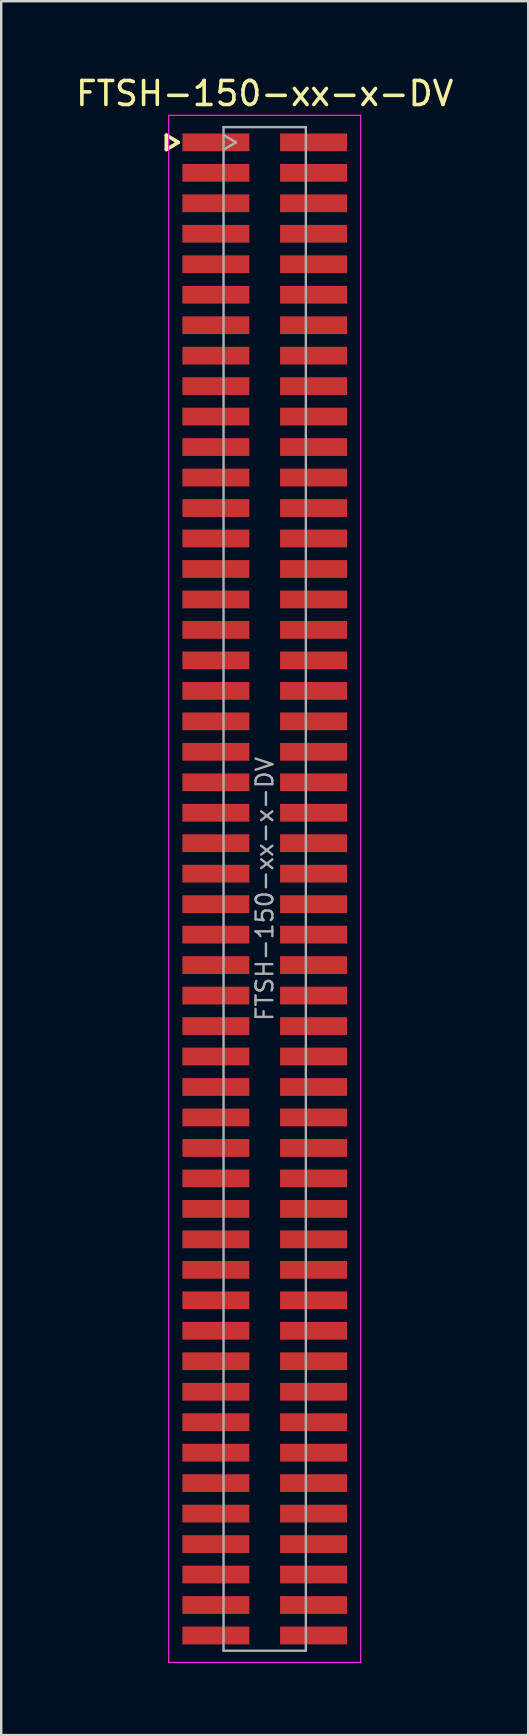
<source format=kicad_pcb>
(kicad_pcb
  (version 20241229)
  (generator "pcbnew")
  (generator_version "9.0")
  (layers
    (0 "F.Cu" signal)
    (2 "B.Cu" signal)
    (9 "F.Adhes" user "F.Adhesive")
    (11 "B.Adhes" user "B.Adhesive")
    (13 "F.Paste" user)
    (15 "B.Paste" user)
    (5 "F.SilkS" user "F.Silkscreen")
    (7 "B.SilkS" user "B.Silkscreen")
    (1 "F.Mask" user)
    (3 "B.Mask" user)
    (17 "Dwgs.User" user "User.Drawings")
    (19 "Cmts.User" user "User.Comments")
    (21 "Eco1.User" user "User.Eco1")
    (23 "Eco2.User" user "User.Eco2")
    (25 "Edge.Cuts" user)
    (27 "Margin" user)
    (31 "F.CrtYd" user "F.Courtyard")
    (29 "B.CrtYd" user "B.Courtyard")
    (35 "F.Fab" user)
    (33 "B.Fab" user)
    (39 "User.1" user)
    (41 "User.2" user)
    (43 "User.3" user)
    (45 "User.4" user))
  (footprint "FTSH-150-xx-x-DV"
    (layer "F.Cu")
    (at 7.982 33.998)
    (property "Reference" "FTSH-150-xx-x-DV" (at 0 -33.15 0) (layer "F.SilkS") (effects (font (size 1 1) (thickness 0.15))))
    (attr smd)
    (fp_line (start -4.1 -31.415) (end -4.1 -30.815) (stroke (width 0.15) (type solid)) (layer "F.SilkS"))
    (fp_line (start -4.1 -30.815) (end -3.6 -31.115) (stroke (width 0.15) (type solid)) (layer "F.SilkS"))
    (fp_line (start -3.6 -31.115) (end -4.1 -31.415) (stroke (width 0.15) (type solid)) (layer "F.SilkS"))
    (fp_line (start -4 -32.24) (end 4 -32.24) (stroke (width 0.05) (type solid)) (layer "F.CrtYd"))
    (fp_line (start -4 32.24) (end -4 -32.24) (stroke (width 0.05) (type solid)) (layer "F.CrtYd"))
    (fp_line (start 4 -32.24) (end 4 32.24) (stroke (width 0.05) (type solid)) (layer "F.CrtYd"))
    (fp_line (start 4 32.24) (end -4 32.24) (stroke (width 0.05) (type solid)) (layer "F.CrtYd"))
    (fp_line (start -1.715 -31.75) (end -1.715 31.75) (stroke (width 0.1) (type solid)) (layer "F.Fab"))
    (fp_line (start -1.715 -31.75) (end 1.715 -31.75) (stroke (width 0.1) (type solid)) (layer "F.Fab"))
    (fp_line (start -1.715 31.75) (end 1.715 31.75) (stroke (width 0.1) (type solid)) (layer "F.Fab"))
    (fp_line (start -1.7 -30.815) (end -1.2 -31.115) (stroke (width 0.1) (type solid)) (layer "F.Fab"))
    (fp_line (start -1.2 -31.115) (end -1.7 -31.415) (stroke (width 0.1) (type solid)) (layer "F.Fab"))
    (fp_line (start 1.715 -31.75) (end 1.715 31.75) (stroke (width 0.1) (type solid)) (layer "F.Fab"))
    (fp_text user "${REFERENCE}" (at 0 0 270) (layer "F.Fab") (effects (font (size 0.7 0.7) (thickness 0.1))))
    (pad "1" smd rect (at -2.035 -31.115) (size 2.79 0.74) (layers "F.Cu" "F.Mask" "F.Paste"))
    (pad "2" smd rect (at 2.035 -31.115) (size 2.79 0.74) (layers "F.Cu" "F.Mask" "F.Paste"))
    (pad "3" smd rect (at -2.035 -29.845) (size 2.79 0.74) (layers "F.Cu" "F.Mask" "F.Paste"))
    (pad "4" smd rect (at 2.035 -29.845) (size 2.79 0.74) (layers "F.Cu" "F.Mask" "F.Paste"))
    (pad "5" smd rect (at -2.035 -28.575) (size 2.79 0.74) (layers "F.Cu" "F.Mask" "F.Paste"))
    (pad "6" smd rect (at 2.035 -28.575) (size 2.79 0.74) (layers "F.Cu" "F.Mask" "F.Paste"))
    (pad "7" smd rect (at -2.035 -27.305) (size 2.79 0.74) (layers "F.Cu" "F.Mask" "F.Paste"))
    (pad "8" smd rect (at 2.035 -27.305) (size 2.79 0.74) (layers "F.Cu" "F.Mask" "F.Paste"))
    (pad "9" smd rect (at -2.035 -26.035) (size 2.79 0.74) (layers "F.Cu" "F.Mask" "F.Paste"))
    (pad "10" smd rect (at 2.035 -26.035) (size 2.79 0.74) (layers "F.Cu" "F.Mask" "F.Paste"))
    (pad "11" smd rect (at -2.035 -24.765) (size 2.79 0.74) (layers "F.Cu" "F.Mask" "F.Paste"))
    (pad "12" smd rect (at 2.035 -24.765) (size 2.79 0.74) (layers "F.Cu" "F.Mask" "F.Paste"))
    (pad "13" smd rect (at -2.035 -23.495) (size 2.79 0.74) (layers "F.Cu" "F.Mask" "F.Paste"))
    (pad "14" smd rect (at 2.035 -23.495) (size 2.79 0.74) (layers "F.Cu" "F.Mask" "F.Paste"))
    (pad "15" smd rect (at -2.035 -22.225) (size 2.79 0.74) (layers "F.Cu" "F.Mask" "F.Paste"))
    (pad "16" smd rect (at 2.035 -22.225) (size 2.79 0.74) (layers "F.Cu" "F.Mask" "F.Paste"))
    (pad "17" smd rect (at -2.035 -20.955) (size 2.79 0.74) (layers "F.Cu" "F.Mask" "F.Paste"))
    (pad "18" smd rect (at 2.035 -20.955) (size 2.79 0.74) (layers "F.Cu" "F.Mask" "F.Paste"))
    (pad "19" smd rect (at -2.035 -19.685) (size 2.79 0.74) (layers "F.Cu" "F.Mask" "F.Paste"))
    (pad "20" smd rect (at 2.035 -19.685) (size 2.79 0.74) (layers "F.Cu" "F.Mask" "F.Paste"))
    (pad "21" smd rect (at -2.035 -18.415) (size 2.79 0.74) (layers "F.Cu" "F.Mask" "F.Paste"))
    (pad "22" smd rect (at 2.035 -18.415) (size 2.79 0.74) (layers "F.Cu" "F.Mask" "F.Paste"))
    (pad "23" smd rect (at -2.035 -17.145) (size 2.79 0.74) (layers "F.Cu" "F.Mask" "F.Paste"))
    (pad "24" smd rect (at 2.035 -17.145) (size 2.79 0.74) (layers "F.Cu" "F.Mask" "F.Paste"))
    (pad "25" smd rect (at -2.035 -15.875) (size 2.79 0.74) (layers "F.Cu" "F.Mask" "F.Paste"))
    (pad "26" smd rect (at 2.035 -15.875) (size 2.79 0.74) (layers "F.Cu" "F.Mask" "F.Paste"))
    (pad "27" smd rect (at -2.035 -14.605) (size 2.79 0.74) (layers "F.Cu" "F.Mask" "F.Paste"))
    (pad "28" smd rect (at 2.035 -14.605) (size 2.79 0.74) (layers "F.Cu" "F.Mask" "F.Paste"))
    (pad "29" smd rect (at -2.035 -13.335) (size 2.79 0.74) (layers "F.Cu" "F.Mask" "F.Paste"))
    (pad "30" smd rect (at 2.035 -13.335) (size 2.79 0.74) (layers "F.Cu" "F.Mask" "F.Paste"))
    (pad "31" smd rect (at -2.035 -12.065) (size 2.79 0.74) (layers "F.Cu" "F.Mask" "F.Paste"))
    (pad "32" smd rect (at 2.035 -12.065) (size 2.79 0.74) (layers "F.Cu" "F.Mask" "F.Paste"))
    (pad "33" smd rect (at -2.035 -10.795) (size 2.79 0.74) (layers "F.Cu" "F.Mask" "F.Paste"))
    (pad "34" smd rect (at 2.035 -10.795) (size 2.79 0.74) (layers "F.Cu" "F.Mask" "F.Paste"))
    (pad "35" smd rect (at -2.035 -9.525) (size 2.79 0.74) (layers "F.Cu" "F.Mask" "F.Paste"))
    (pad "36" smd rect (at 2.035 -9.525) (size 2.79 0.74) (layers "F.Cu" "F.Mask" "F.Paste"))
    (pad "37" smd rect (at -2.035 -8.255) (size 2.79 0.74) (layers "F.Cu" "F.Mask" "F.Paste"))
    (pad "38" smd rect (at 2.035 -8.255) (size 2.79 0.74) (layers "F.Cu" "F.Mask" "F.Paste"))
    (pad "39" smd rect (at -2.035 -6.985) (size 2.79 0.74) (layers "F.Cu" "F.Mask" "F.Paste"))
    (pad "40" smd rect (at 2.035 -6.985) (size 2.79 0.74) (layers "F.Cu" "F.Mask" "F.Paste"))
    (pad "41" smd rect (at -2.035 -5.715) (size 2.79 0.74) (layers "F.Cu" "F.Mask" "F.Paste"))
    (pad "42" smd rect (at 2.035 -5.715) (size 2.79 0.74) (layers "F.Cu" "F.Mask" "F.Paste"))
    (pad "43" smd rect (at -2.035 -4.445) (size 2.79 0.74) (layers "F.Cu" "F.Mask" "F.Paste"))
    (pad "44" smd rect (at 2.035 -4.445) (size 2.79 0.74) (layers "F.Cu" "F.Mask" "F.Paste"))
    (pad "45" smd rect (at -2.035 -3.175) (size 2.79 0.74) (layers "F.Cu" "F.Mask" "F.Paste"))
    (pad "46" smd rect (at 2.035 -3.175) (size 2.79 0.74) (layers "F.Cu" "F.Mask" "F.Paste"))
    (pad "47" smd rect (at -2.035 -1.905) (size 2.79 0.74) (layers "F.Cu" "F.Mask" "F.Paste"))
    (pad "48" smd rect (at 2.035 -1.905) (size 2.79 0.74) (layers "F.Cu" "F.Mask" "F.Paste"))
    (pad "49" smd rect (at -2.035 -0.635) (size 2.79 0.74) (layers "F.Cu" "F.Mask" "F.Paste"))
    (pad "50" smd rect (at 2.035 -0.635) (size 2.79 0.74) (layers "F.Cu" "F.Mask" "F.Paste"))
    (pad "51" smd rect (at -2.035 0.635) (size 2.79 0.74) (layers "F.Cu" "F.Mask" "F.Paste"))
    (pad "52" smd rect (at 2.035 0.635) (size 2.79 0.74) (layers "F.Cu" "F.Mask" "F.Paste"))
    (pad "53" smd rect (at -2.035 1.905) (size 2.79 0.74) (layers "F.Cu" "F.Mask" "F.Paste"))
    (pad "54" smd rect (at 2.035 1.905) (size 2.79 0.74) (layers "F.Cu" "F.Mask" "F.Paste"))
    (pad "55" smd rect (at -2.035 3.175) (size 2.79 0.74) (layers "F.Cu" "F.Mask" "F.Paste"))
    (pad "56" smd rect (at 2.035 3.175) (size 2.79 0.74) (layers "F.Cu" "F.Mask" "F.Paste"))
    (pad "57" smd rect (at -2.035 4.445) (size 2.79 0.74) (layers "F.Cu" "F.Mask" "F.Paste"))
    (pad "58" smd rect (at 2.035 4.445) (size 2.79 0.74) (layers "F.Cu" "F.Mask" "F.Paste"))
    (pad "59" smd rect (at -2.035 5.715) (size 2.79 0.74) (layers "F.Cu" "F.Mask" "F.Paste"))
    (pad "60" smd rect (at 2.035 5.715) (size 2.79 0.74) (layers "F.Cu" "F.Mask" "F.Paste"))
    (pad "61" smd rect (at -2.035 6.985) (size 2.79 0.74) (layers "F.Cu" "F.Mask" "F.Paste"))
    (pad "62" smd rect (at 2.035 6.985) (size 2.79 0.74) (layers "F.Cu" "F.Mask" "F.Paste"))
    (pad "63" smd rect (at -2.035 8.255) (size 2.79 0.74) (layers "F.Cu" "F.Mask" "F.Paste"))
    (pad "64" smd rect (at 2.035 8.255) (size 2.79 0.74) (layers "F.Cu" "F.Mask" "F.Paste"))
    (pad "65" smd rect (at -2.035 9.525) (size 2.79 0.74) (layers "F.Cu" "F.Mask" "F.Paste"))
    (pad "66" smd rect (at 2.035 9.525) (size 2.79 0.74) (layers "F.Cu" "F.Mask" "F.Paste"))
    (pad "67" smd rect (at -2.035 10.795) (size 2.79 0.74) (layers "F.Cu" "F.Mask" "F.Paste"))
    (pad "68" smd rect (at 2.035 10.795) (size 2.79 0.74) (layers "F.Cu" "F.Mask" "F.Paste"))
    (pad "69" smd rect (at -2.035 12.065) (size 2.79 0.74) (layers "F.Cu" "F.Mask" "F.Paste"))
    (pad "70" smd rect (at 2.035 12.065) (size 2.79 0.74) (layers "F.Cu" "F.Mask" "F.Paste"))
    (pad "71" smd rect (at -2.035 13.335) (size 2.79 0.74) (layers "F.Cu" "F.Mask" "F.Paste"))
    (pad "72" smd rect (at 2.035 13.335) (size 2.79 0.74) (layers "F.Cu" "F.Mask" "F.Paste"))
    (pad "73" smd rect (at -2.035 14.605) (size 2.79 0.74) (layers "F.Cu" "F.Mask" "F.Paste"))
    (pad "74" smd rect (at 2.035 14.605) (size 2.79 0.74) (layers "F.Cu" "F.Mask" "F.Paste"))
    (pad "75" smd rect (at -2.035 15.875) (size 2.79 0.74) (layers "F.Cu" "F.Mask" "F.Paste"))
    (pad "76" smd rect (at 2.035 15.875) (size 2.79 0.74) (layers "F.Cu" "F.Mask" "F.Paste"))
    (pad "77" smd rect (at -2.035 17.145) (size 2.79 0.74) (layers "F.Cu" "F.Mask" "F.Paste"))
    (pad "78" smd rect (at 2.035 17.145) (size 2.79 0.74) (layers "F.Cu" "F.Mask" "F.Paste"))
    (pad "79" smd rect (at -2.035 18.415) (size 2.79 0.74) (layers "F.Cu" "F.Mask" "F.Paste"))
    (pad "80" smd rect (at 2.035 18.415) (size 2.79 0.74) (layers "F.Cu" "F.Mask" "F.Paste"))
    (pad "81" smd rect (at -2.035 19.685) (size 2.79 0.74) (layers "F.Cu" "F.Mask" "F.Paste"))
    (pad "82" smd rect (at 2.035 19.685) (size 2.79 0.74) (layers "F.Cu" "F.Mask" "F.Paste"))
    (pad "83" smd rect (at -2.035 20.955) (size 2.79 0.74) (layers "F.Cu" "F.Mask" "F.Paste"))
    (pad "84" smd rect (at 2.035 20.955) (size 2.79 0.74) (layers "F.Cu" "F.Mask" "F.Paste"))
    (pad "85" smd rect (at -2.035 22.225) (size 2.79 0.74) (layers "F.Cu" "F.Mask" "F.Paste"))
    (pad "86" smd rect (at 2.035 22.225) (size 2.79 0.74) (layers "F.Cu" "F.Mask" "F.Paste"))
    (pad "87" smd rect (at -2.035 23.495) (size 2.79 0.74) (layers "F.Cu" "F.Mask" "F.Paste"))
    (pad "88" smd rect (at 2.035 23.495) (size 2.79 0.74) (layers "F.Cu" "F.Mask" "F.Paste"))
    (pad "89" smd rect (at -2.035 24.765) (size 2.79 0.74) (layers "F.Cu" "F.Mask" "F.Paste"))
    (pad "90" smd rect (at 2.035 24.765) (size 2.79 0.74) (layers "F.Cu" "F.Mask" "F.Paste"))
    (pad "91" smd rect (at -2.035 26.035) (size 2.79 0.74) (layers "F.Cu" "F.Mask" "F.Paste"))
    (pad "92" smd rect (at 2.035 26.035) (size 2.79 0.74) (layers "F.Cu" "F.Mask" "F.Paste"))
    (pad "93" smd rect (at -2.035 27.305) (size 2.79 0.74) (layers "F.Cu" "F.Mask" "F.Paste"))
    (pad "94" smd rect (at 2.035 27.305) (size 2.79 0.74) (layers "F.Cu" "F.Mask" "F.Paste"))
    (pad "95" smd rect (at -2.035 28.575) (size 2.79 0.74) (layers "F.Cu" "F.Mask" "F.Paste"))
    (pad "96" smd rect (at 2.035 28.575) (size 2.79 0.74) (layers "F.Cu" "F.Mask" "F.Paste"))
    (pad "97" smd rect (at -2.035 29.845) (size 2.79 0.74) (layers "F.Cu" "F.Mask" "F.Paste"))
    (pad "98" smd rect (at 2.035 29.845) (size 2.79 0.74) (layers "F.Cu" "F.Mask" "F.Paste"))
    (pad "99" smd rect (at -2.035 31.115) (size 2.79 0.74) (layers "F.Cu" "F.Mask" "F.Paste"))
    (pad "100" smd rect (at 2.035 31.115) (size 2.79 0.74) (layers "F.Cu" "F.Mask" "F.Paste")))
  (gr_rect
    (start -3 -3)
    (end 18.964 69.263)
    (stroke (width 0.1) (type default))
    (fill no)
    (layer "Edge.Cuts")))
</source>
